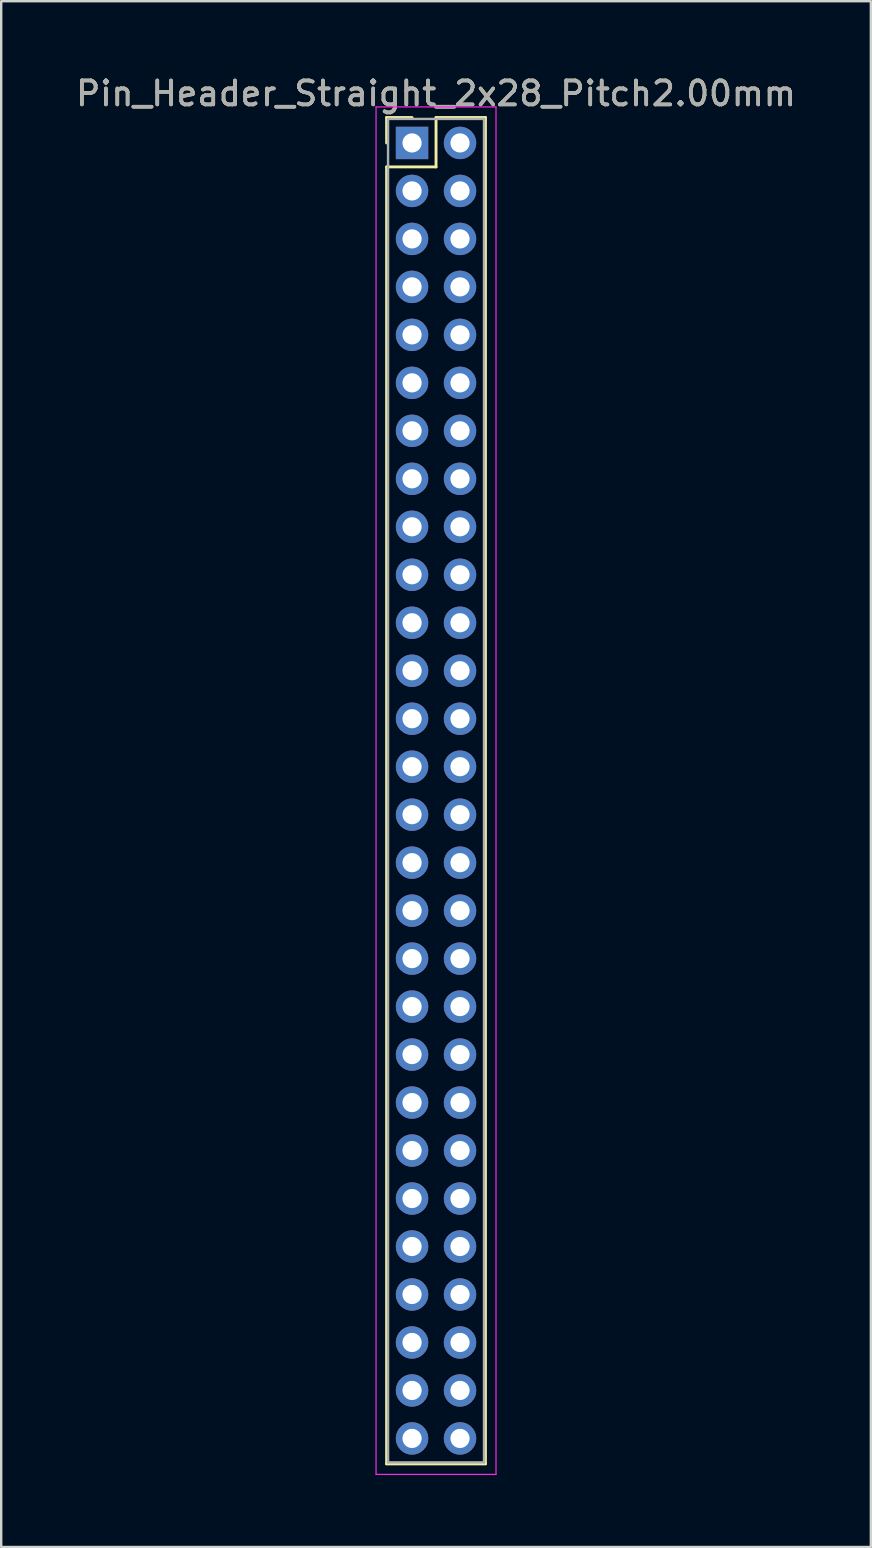
<source format=kicad_pcb>
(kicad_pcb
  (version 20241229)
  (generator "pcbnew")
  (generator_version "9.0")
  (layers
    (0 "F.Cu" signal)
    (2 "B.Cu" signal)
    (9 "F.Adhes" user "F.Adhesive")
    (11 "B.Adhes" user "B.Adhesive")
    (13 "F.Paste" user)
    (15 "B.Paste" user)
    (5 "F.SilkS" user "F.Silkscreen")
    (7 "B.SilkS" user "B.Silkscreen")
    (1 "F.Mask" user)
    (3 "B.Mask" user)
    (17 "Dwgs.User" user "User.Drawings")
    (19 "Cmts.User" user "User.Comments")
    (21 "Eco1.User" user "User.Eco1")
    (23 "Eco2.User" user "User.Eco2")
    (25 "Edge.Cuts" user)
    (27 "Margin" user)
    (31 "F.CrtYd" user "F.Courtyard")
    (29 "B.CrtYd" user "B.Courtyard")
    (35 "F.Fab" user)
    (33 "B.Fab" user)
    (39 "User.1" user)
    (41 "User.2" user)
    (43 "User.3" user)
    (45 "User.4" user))
  (footprint "Pin_Header_Straight_2x28_Pitch2.00mm"
    (layer "F.Cu")
    (at 14.125 2.908)
    (property "Reference" "Pin_Header_Straight_2x28_Pitch2.00mm" (at 1 -2.06 0) (layer "F.SilkS") (effects (font (size 1 1) (thickness 0.15))))
    (attr through_hole)
    (fp_line (start -1.06 -1.06) (end 0 -1.06) (stroke (width 0.12) (type solid)) (layer "F.SilkS"))
    (fp_line (start -1.06 0) (end -1.06 -1.06) (stroke (width 0.12) (type solid)) (layer "F.SilkS"))
    (fp_line (start -1.06 1) (end -1.06 55.06) (stroke (width 0.12) (type solid)) (layer "F.SilkS"))
    (fp_line (start -1.06 55.06) (end 3.06 55.06) (stroke (width 0.12) (type solid)) (layer "F.SilkS"))
    (fp_line (start 1 -1.06) (end 1 1) (stroke (width 0.12) (type solid)) (layer "F.SilkS"))
    (fp_line (start 1 1) (end -1.06 1) (stroke (width 0.12) (type solid)) (layer "F.SilkS"))
    (fp_line (start 3.06 -1.06) (end 1 -1.06) (stroke (width 0.12) (type solid)) (layer "F.SilkS"))
    (fp_line (start 3.06 55.06) (end 3.06 -1.06) (stroke (width 0.12) (type solid)) (layer "F.SilkS"))
    (fp_line (start -1.5 -1.5) (end -1.5 55.5) (stroke (width 0.05) (type solid)) (layer "F.CrtYd"))
    (fp_line (start -1.5 55.5) (end 3.5 55.5) (stroke (width 0.05) (type solid)) (layer "F.CrtYd"))
    (fp_line (start 3.5 -1.5) (end -1.5 -1.5) (stroke (width 0.05) (type solid)) (layer "F.CrtYd"))
    (fp_line (start 3.5 55.5) (end 3.5 -1.5) (stroke (width 0.05) (type solid)) (layer "F.CrtYd"))
    (fp_line (start -1 -1) (end -1 55) (stroke (width 0.1) (type solid)) (layer "F.Fab"))
    (fp_line (start -1 55) (end 3 55) (stroke (width 0.1) (type solid)) (layer "F.Fab"))
    (fp_line (start 3 -1) (end -1 -1) (stroke (width 0.1) (type solid)) (layer "F.Fab"))
    (fp_line (start 3 55) (end 3 -1) (stroke (width 0.1) (type solid)) (layer "F.Fab"))
    (fp_text user "${REFERENCE}" (at 1 -2.06 0) (layer "F.Fab") (effects (font (size 1 1) (thickness 0.15))))
    (pad "1" thru_hole rect (at 0 0) (size 1.35 1.35) (drill 0.8) (layers "*.Cu" "*.Mask"))
    (pad "2" thru_hole oval (at 2 0) (size 1.35 1.35) (drill 0.8) (layers "*.Cu" "*.Mask"))
    (pad "3" thru_hole oval (at 0 2) (size 1.35 1.35) (drill 0.8) (layers "*.Cu" "*.Mask"))
    (pad "4" thru_hole oval (at 2 2) (size 1.35 1.35) (drill 0.8) (layers "*.Cu" "*.Mask"))
    (pad "5" thru_hole oval (at 0 4) (size 1.35 1.35) (drill 0.8) (layers "*.Cu" "*.Mask"))
    (pad "6" thru_hole oval (at 2 4) (size 1.35 1.35) (drill 0.8) (layers "*.Cu" "*.Mask"))
    (pad "7" thru_hole oval (at 0 6) (size 1.35 1.35) (drill 0.8) (layers "*.Cu" "*.Mask"))
    (pad "8" thru_hole oval (at 2 6) (size 1.35 1.35) (drill 0.8) (layers "*.Cu" "*.Mask"))
    (pad "9" thru_hole oval (at 0 8) (size 1.35 1.35) (drill 0.8) (layers "*.Cu" "*.Mask"))
    (pad "10" thru_hole oval (at 2 8) (size 1.35 1.35) (drill 0.8) (layers "*.Cu" "*.Mask"))
    (pad "11" thru_hole oval (at 0 10) (size 1.35 1.35) (drill 0.8) (layers "*.Cu" "*.Mask"))
    (pad "12" thru_hole oval (at 2 10) (size 1.35 1.35) (drill 0.8) (layers "*.Cu" "*.Mask"))
    (pad "13" thru_hole oval (at 0 12) (size 1.35 1.35) (drill 0.8) (layers "*.Cu" "*.Mask"))
    (pad "14" thru_hole oval (at 2 12) (size 1.35 1.35) (drill 0.8) (layers "*.Cu" "*.Mask"))
    (pad "15" thru_hole oval (at 0 14) (size 1.35 1.35) (drill 0.8) (layers "*.Cu" "*.Mask"))
    (pad "16" thru_hole oval (at 2 14) (size 1.35 1.35) (drill 0.8) (layers "*.Cu" "*.Mask"))
    (pad "17" thru_hole oval (at 0 16) (size 1.35 1.35) (drill 0.8) (layers "*.Cu" "*.Mask"))
    (pad "18" thru_hole oval (at 2 16) (size 1.35 1.35) (drill 0.8) (layers "*.Cu" "*.Mask"))
    (pad "19" thru_hole oval (at 0 18) (size 1.35 1.35) (drill 0.8) (layers "*.Cu" "*.Mask"))
    (pad "20" thru_hole oval (at 2 18) (size 1.35 1.35) (drill 0.8) (layers "*.Cu" "*.Mask"))
    (pad "21" thru_hole oval (at 0 20) (size 1.35 1.35) (drill 0.8) (layers "*.Cu" "*.Mask"))
    (pad "22" thru_hole oval (at 2 20) (size 1.35 1.35) (drill 0.8) (layers "*.Cu" "*.Mask"))
    (pad "23" thru_hole oval (at 0 22) (size 1.35 1.35) (drill 0.8) (layers "*.Cu" "*.Mask"))
    (pad "24" thru_hole oval (at 2 22) (size 1.35 1.35) (drill 0.8) (layers "*.Cu" "*.Mask"))
    (pad "25" thru_hole oval (at 0 24) (size 1.35 1.35) (drill 0.8) (layers "*.Cu" "*.Mask"))
    (pad "26" thru_hole oval (at 2 24) (size 1.35 1.35) (drill 0.8) (layers "*.Cu" "*.Mask"))
    (pad "27" thru_hole oval (at 0 26) (size 1.35 1.35) (drill 0.8) (layers "*.Cu" "*.Mask"))
    (pad "28" thru_hole oval (at 2 26) (size 1.35 1.35) (drill 0.8) (layers "*.Cu" "*.Mask"))
    (pad "29" thru_hole oval (at 0 28) (size 1.35 1.35) (drill 0.8) (layers "*.Cu" "*.Mask"))
    (pad "30" thru_hole oval (at 2 28) (size 1.35 1.35) (drill 0.8) (layers "*.Cu" "*.Mask"))
    (pad "31" thru_hole oval (at 0 30) (size 1.35 1.35) (drill 0.8) (layers "*.Cu" "*.Mask"))
    (pad "32" thru_hole oval (at 2 30) (size 1.35 1.35) (drill 0.8) (layers "*.Cu" "*.Mask"))
    (pad "33" thru_hole oval (at 0 32) (size 1.35 1.35) (drill 0.8) (layers "*.Cu" "*.Mask"))
    (pad "34" thru_hole oval (at 2 32) (size 1.35 1.35) (drill 0.8) (layers "*.Cu" "*.Mask"))
    (pad "35" thru_hole oval (at 0 34) (size 1.35 1.35) (drill 0.8) (layers "*.Cu" "*.Mask"))
    (pad "36" thru_hole oval (at 2 34) (size 1.35 1.35) (drill 0.8) (layers "*.Cu" "*.Mask"))
    (pad "37" thru_hole oval (at 0 36) (size 1.35 1.35) (drill 0.8) (layers "*.Cu" "*.Mask"))
    (pad "38" thru_hole oval (at 2 36) (size 1.35 1.35) (drill 0.8) (layers "*.Cu" "*.Mask"))
    (pad "39" thru_hole oval (at 0 38) (size 1.35 1.35) (drill 0.8) (layers "*.Cu" "*.Mask"))
    (pad "40" thru_hole oval (at 2 38) (size 1.35 1.35) (drill 0.8) (layers "*.Cu" "*.Mask"))
    (pad "41" thru_hole oval (at 0 40) (size 1.35 1.35) (drill 0.8) (layers "*.Cu" "*.Mask"))
    (pad "42" thru_hole oval (at 2 40) (size 1.35 1.35) (drill 0.8) (layers "*.Cu" "*.Mask"))
    (pad "43" thru_hole oval (at 0 42) (size 1.35 1.35) (drill 0.8) (layers "*.Cu" "*.Mask"))
    (pad "44" thru_hole oval (at 2 42) (size 1.35 1.35) (drill 0.8) (layers "*.Cu" "*.Mask"))
    (pad "45" thru_hole oval (at 0 44) (size 1.35 1.35) (drill 0.8) (layers "*.Cu" "*.Mask"))
    (pad "46" thru_hole oval (at 2 44) (size 1.35 1.35) (drill 0.8) (layers "*.Cu" "*.Mask"))
    (pad "47" thru_hole oval (at 0 46) (size 1.35 1.35) (drill 0.8) (layers "*.Cu" "*.Mask"))
    (pad "48" thru_hole oval (at 2 46) (size 1.35 1.35) (drill 0.8) (layers "*.Cu" "*.Mask"))
    (pad "49" thru_hole oval (at 0 48) (size 1.35 1.35) (drill 0.8) (layers "*.Cu" "*.Mask"))
    (pad "50" thru_hole oval (at 2 48) (size 1.35 1.35) (drill 0.8) (layers "*.Cu" "*.Mask"))
    (pad "51" thru_hole oval (at 0 50) (size 1.35 1.35) (drill 0.8) (layers "*.Cu" "*.Mask"))
    (pad "52" thru_hole oval (at 2 50) (size 1.35 1.35) (drill 0.8) (layers "*.Cu" "*.Mask"))
    (pad "53" thru_hole oval (at 0 52) (size 1.35 1.35) (drill 0.8) (layers "*.Cu" "*.Mask"))
    (pad "54" thru_hole oval (at 2 52) (size 1.35 1.35) (drill 0.8) (layers "*.Cu" "*.Mask"))
    (pad "55" thru_hole oval (at 0 54) (size 1.35 1.35) (drill 0.8) (layers "*.Cu" "*.Mask"))
    (pad "56" thru_hole oval (at 2 54) (size 1.35 1.35) (drill 0.8) (layers "*.Cu" "*.Mask")))
  (gr_rect
    (start -3 -3)
    (end 33.25 61.433)
    (stroke (width 0.1) (type default))
    (fill no)
    (layer "Edge.Cuts")))
</source>
